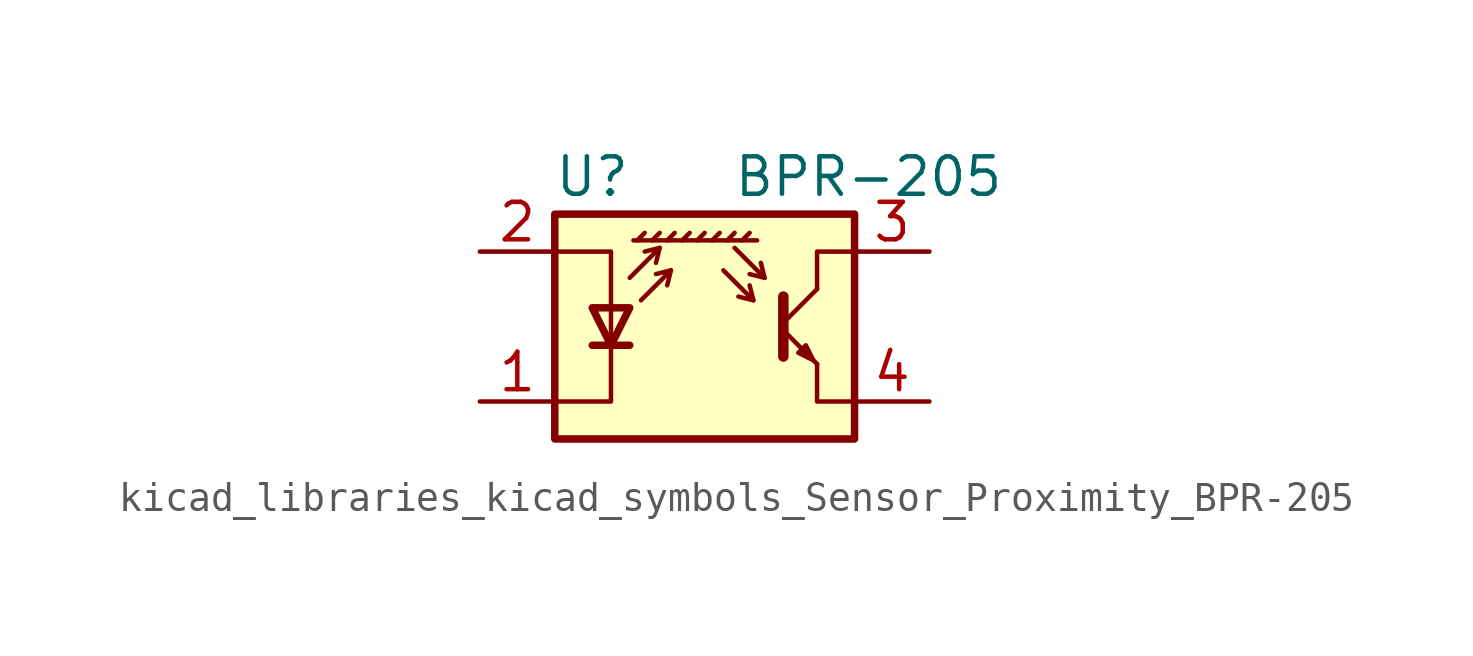
<source format=kicad_sym>
(kicad_symbol_lib
  (version 20220914)
  (generator kicad_symbol_editor)
  (symbol "kicad_libraries_kicad_symbols_Sensor_Proximity_BPR-205"
    (pin_names
      (offset 1.016) hide)
    (property "Reference" "U"
      (at -3.81 5.08 0)
      (effects (font (size 1.27 1.27))))
    (property "Value" "BPR-205"
      (at 10.16 5.08 0)
      (effects (font (size 1.27 1.27)) (justify right)))
    (symbol "kicad_libraries_kicad_symbols_Sensor_Proximity_BPR-205_0_1"
      (polyline (pts (xy -3.81 -0.635) (xy -2.54 -0.635)) (stroke (width 0.254) (type default)) (fill (type none)))
      (polyline (pts (xy -2.286 2.921) (xy -2.032 3.175)) (stroke (width 0) (type default)) (fill (type none)))
      (polyline (pts (xy -1.778 2.921) (xy -1.524 3.175)) (stroke (width 0) (type default)) (fill (type none)))
      (polyline (pts (xy -1.524 2.667) (xy -1.651 2.159)) (stroke (width 0) (type default)) (fill (type none)))
      (polyline (pts (xy -1.27 2.921) (xy -1.016 3.175)) (stroke (width 0) (type default)) (fill (type none)))
      (polyline (pts (xy -1.143 1.905) (xy -1.27 1.397)) (stroke (width 0) (type default)) (fill (type none)))
      (polyline (pts (xy -0.762 2.921) (xy -0.508 3.175)) (stroke (width 0) (type default)) (fill (type none)))
      (polyline (pts (xy -0.254 2.921) (xy 0 3.175)) (stroke (width 0) (type default)) (fill (type none)))
      (polyline (pts (xy 0.254 2.921) (xy 0.508 3.175)) (stroke (width 0) (type default)) (fill (type none)))
      (polyline (pts (xy 0.762 2.921) (xy 1.016 3.175)) (stroke (width 0) (type default)) (fill (type none)))
      (polyline (pts (xy 1.27 2.921) (xy 1.524 3.175)) (stroke (width 0) (type default)) (fill (type none)))
      (polyline (pts (xy 1.651 0.889) (xy 1.143 1.016)) (stroke (width 0) (type default)) (fill (type none)))
      (polyline (pts (xy 1.778 2.921) (xy -2.413 2.921)) (stroke (width 0) (type default)) (fill (type none)))
      (polyline (pts (xy 2.032 1.651) (xy 1.524 1.778)) (stroke (width 0) (type default)) (fill (type none)))
      (polyline (pts (xy 2.667 -0.127) (xy 3.81 -1.27)) (stroke (width 0) (type default)) (fill (type none)))
      (polyline (pts (xy 2.667 0.127) (xy 3.81 1.27)) (stroke (width 0) (type default)) (fill (type none)))
      (polyline (pts (xy -2.54 1.651) (xy -1.524 2.667) (xy -2.032 2.54)) (stroke (width 0) (type default)) (fill (type none)))
      (polyline (pts (xy -2.159 0.889) (xy -1.143 1.905) (xy -1.651 1.778)) (stroke (width 0) (type default)) (fill (type none)))
      (polyline (pts (xy 0.635 1.905) (xy 1.651 0.889) (xy 1.524 1.397)) (stroke (width 0) (type default)) (fill (type none)))
      (polyline (pts (xy 1.016 2.667) (xy 2.032 1.651) (xy 1.905 2.159)) (stroke (width 0) (type default)) (fill (type none)))
      (polyline (pts (xy 2.667 1.016) (xy 2.667 -1.016) (xy 2.667 -1.016)) (stroke (width 0.356) (type default)) (fill (type none)))
      (polyline (pts (xy 3.81 -1.27) (xy 3.81 -2.54) (xy 5.08 -2.54)) (stroke (width 0) (type default)) (fill (type none)))
      (polyline (pts (xy 3.81 1.27) (xy 3.81 2.54) (xy 5.08 2.54)) (stroke (width 0) (type default)) (fill (type none)))
      (polyline (pts (xy -5.08 -2.54) (xy -3.175 -2.54) (xy -3.175 2.54) (xy -5.08 2.54)) (stroke (width 0) (type default)) (fill (type none)))
      (polyline (pts (xy -3.175 -0.635) (xy -3.81 0.635) (xy -2.54 0.635) (xy -3.175 -0.635)) (stroke (width 0.254) (type default)) (fill (type none)))
      (polyline (pts (xy 3.683 -1.143) (xy 3.429 -0.635) (xy 3.175 -0.889) (xy 3.683 -1.143)) (stroke (width 0) (type default)) (fill (type none)))
      (polyline (pts (xy -5.08 -3.81) (xy 5.08 -3.81) (xy 5.08 3.81) (xy -5.08 3.81) (xy -5.08 -3.81)) (stroke (width 0.254) (type default)) (fill (type background))))
    (symbol "kicad_libraries_kicad_symbols_Sensor_Proximity_BPR-205_1_1"
      (pin passive line (at -7.62 -2.54 0) (length 2.54) (name "K" (effects (font (size 1.27 1.27)))) (number "1" (effects (font (size 1.27 1.27)))))
      (pin passive line (at -7.62 2.54 0) (length 2.54) (name "A" (effects (font (size 1.27 1.27)))) (number "2" (effects (font (size 1.27 1.27)))))
      (pin open_collector line (at 7.62 2.54 180) (length 2.54) (name "C" (effects (font (size 1.27 1.27)))) (number "3" (effects (font (size 1.27 1.27)))))
      (pin open_emitter line (at 7.62 -2.54 180) (length 2.54) (name "E" (effects (font (size 1.27 1.27)))) (number "4" (effects (font (size 1.27 1.27))))))))
</source>
